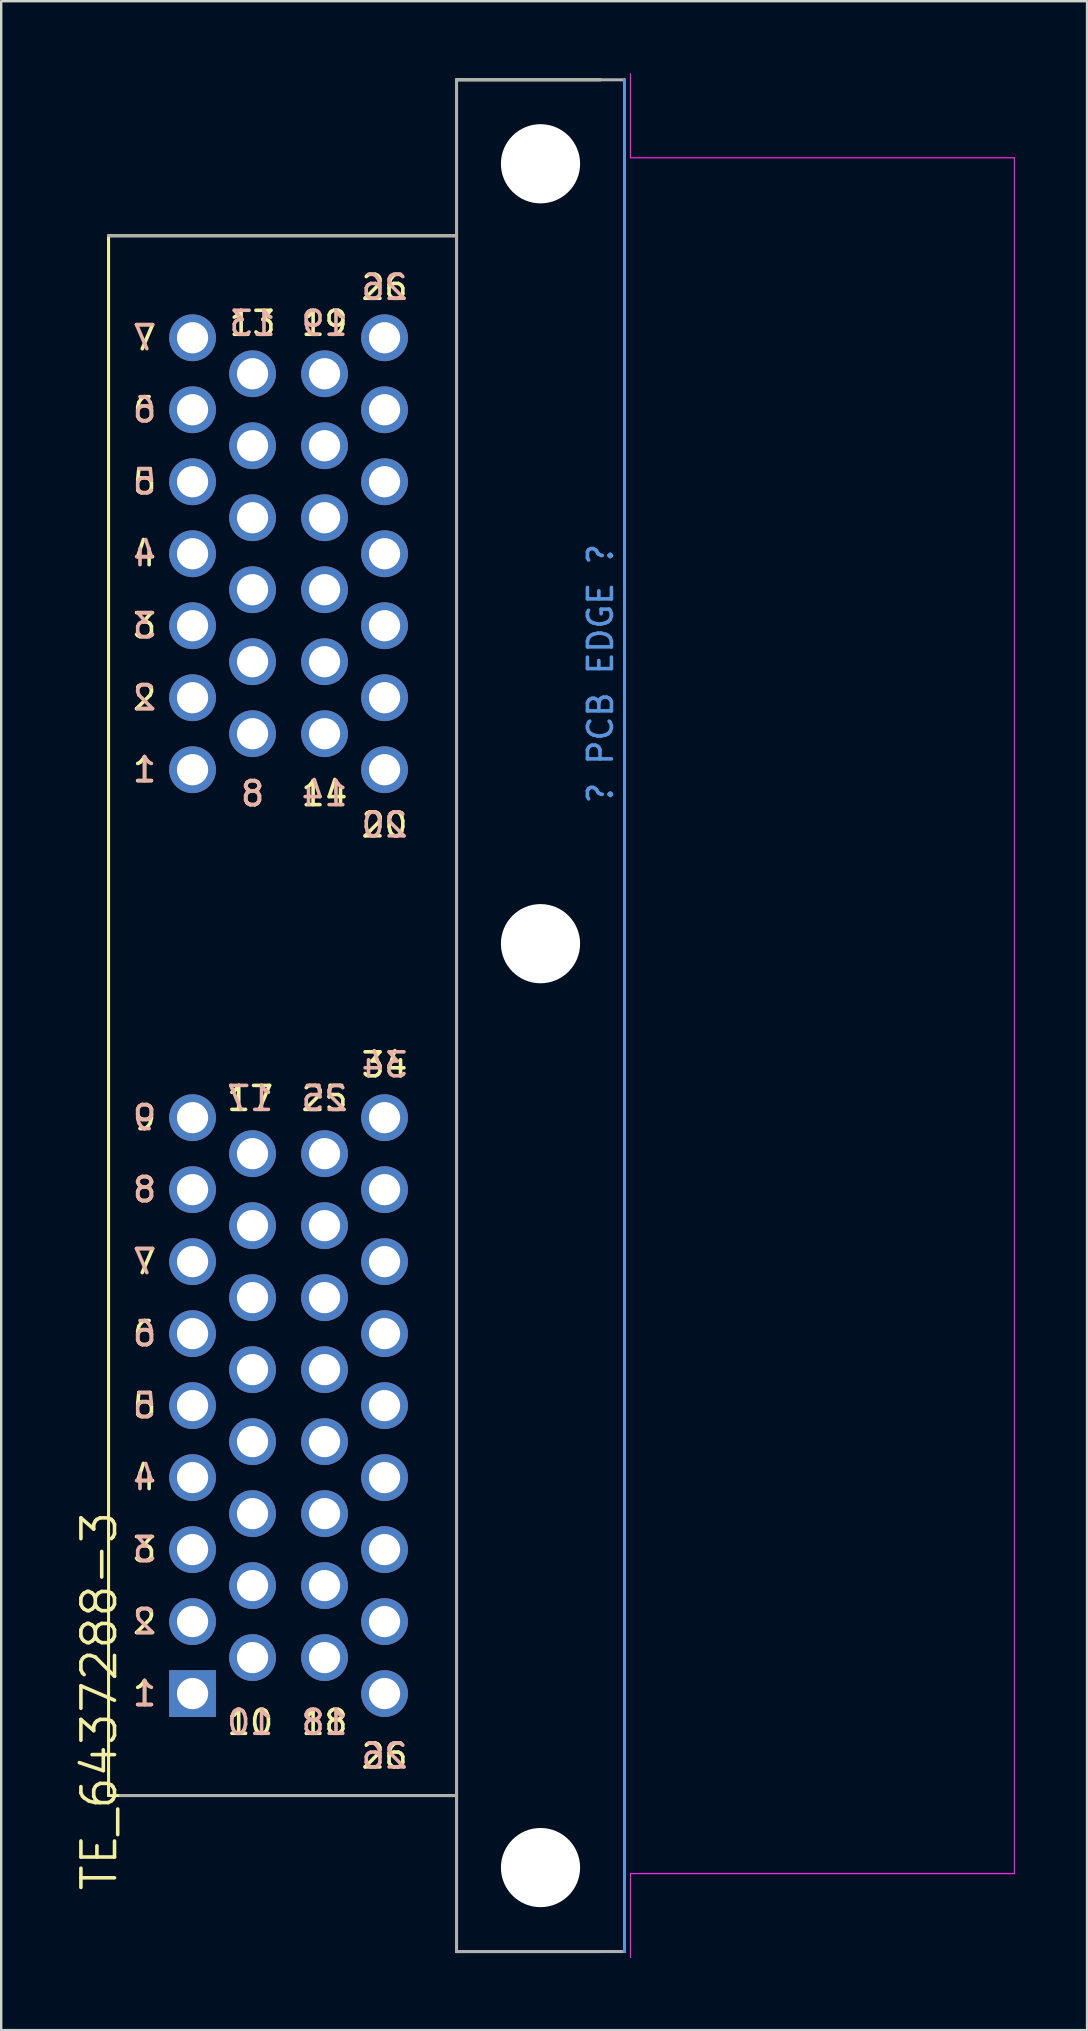
<source format=kicad_pcb>
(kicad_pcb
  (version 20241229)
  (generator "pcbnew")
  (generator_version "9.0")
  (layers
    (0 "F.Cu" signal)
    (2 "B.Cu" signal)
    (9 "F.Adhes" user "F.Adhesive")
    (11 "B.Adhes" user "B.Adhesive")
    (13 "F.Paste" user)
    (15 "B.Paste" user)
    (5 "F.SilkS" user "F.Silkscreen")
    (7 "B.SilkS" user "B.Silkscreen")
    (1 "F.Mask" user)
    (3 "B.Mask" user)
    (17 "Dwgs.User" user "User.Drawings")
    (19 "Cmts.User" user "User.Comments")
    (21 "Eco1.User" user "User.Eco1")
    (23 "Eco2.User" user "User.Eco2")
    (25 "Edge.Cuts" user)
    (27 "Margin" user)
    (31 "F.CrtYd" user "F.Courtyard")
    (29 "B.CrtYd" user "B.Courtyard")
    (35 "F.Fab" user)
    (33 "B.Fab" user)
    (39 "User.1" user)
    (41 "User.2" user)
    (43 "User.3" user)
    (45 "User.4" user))
  (footprint "TE_6437288-3"
    (layer "F.Cu")
    (at 4.974 67.525)
    (property "Reference" "TE_6437288-3" (at -3.892 0.31 90) (layer "F.SilkS") (effects (font (size 1.4 1.4) (thickness 0.15))))
    (attr through_hole)
    (fp_line (start -3.5 4.25) (end -3.5 -60.75) (stroke (width 0.127) (type solid)) (layer "F.SilkS"))
    (fp_line (start -3.5 4.25) (end 11 4.25) (stroke (width 0.127) (type solid)) (layer "F.SilkS"))
    (fp_line (start 11 -67.25) (end 17 -67.25) (stroke (width 0.127) (type solid)) (layer "F.SilkS"))
    (fp_line (start 11 -60.75) (end -3.5 -60.75) (stroke (width 0.127) (type solid)) (layer "F.SilkS"))
    (fp_line (start 11 -60.75) (end 11 -67.25) (stroke (width 0.127) (type solid)) (layer "F.SilkS"))
    (fp_line (start 11 4.25) (end 11 -60.75) (stroke (width 0.127) (type solid)) (layer "F.SilkS"))
    (fp_line (start 11 10.75) (end 11 4.25) (stroke (width 0.127) (type solid)) (layer "F.SilkS"))
    (fp_line (start 17 10.75) (end 11 10.75) (stroke (width 0.127) (type solid)) (layer "F.SilkS"))
    (fp_line (start 18 -67.25) (end 18 10.75) (stroke (width 0.12) (type solid)) (layer "Cmts.User"))
    (fp_line (start 18.25 -64) (end 18.25 -67.5) (stroke (width 0.05) (type solid)) (layer "F.CrtYd"))
    (fp_line (start 18.25 7.5) (end 34.25 7.5) (stroke (width 0.05) (type solid)) (layer "F.CrtYd"))
    (fp_line (start 18.25 11) (end 18.25 7.5) (stroke (width 0.05) (type solid)) (layer "F.CrtYd"))
    (fp_line (start 34.25 -64) (end 18.25 -64) (stroke (width 0.05) (type solid)) (layer "F.CrtYd"))
    (fp_line (start 34.25 7.5) (end 34.25 -64) (stroke (width 0.05) (type solid)) (layer "F.CrtYd"))
    (fp_line (start -3 4.25) (end 11 4.25) (stroke (width 0.127) (type solid)) (layer "F.Fab"))
    (fp_line (start 11 -67.25) (end 18 -67.25) (stroke (width 0.127) (type solid)) (layer "F.Fab"))
    (fp_line (start 11 -60.75) (end -3.5 -60.75) (stroke (width 0.127) (type solid)) (layer "F.Fab"))
    (fp_line (start 11 -60.75) (end 11 -67.25) (stroke (width 0.127) (type solid)) (layer "F.Fab"))
    (fp_line (start 11 4.25) (end 11 -60.75) (stroke (width 0.127) (type solid)) (layer "F.Fab"))
    (fp_line (start 11 10.75) (end 11 4.25) (stroke (width 0.127) (type solid)) (layer "F.Fab"))
    (fp_line (start 18 -67.25) (end 18 10.75) (stroke (width 0.12) (type solid)) (layer "F.Fab"))
    (fp_line (start 18 10.75) (end 11 10.75) (stroke (width 0.127) (type solid)) (layer "F.Fab"))
    (fp_text user "2" (at -2 -41.5 0) (layer "F.SilkS") (effects (font (size 1 1) (thickness 0.15))))
    (fp_text user "14" (at 5.5 -37.5 0) (layer "F.SilkS") (effects (font (size 1 1) (thickness 0.15))))
    (fp_text user "5" (at -2 -50.5 0) (layer "F.SilkS") (effects (font (size 1 1) (thickness 0.15))))
    (fp_text user "5" (at -2 -12 0) (layer "F.SilkS") (effects (font (size 1 1) (thickness 0.15))))
    (fp_text user "17" (at 2.4 -24.8 0) (layer "F.SilkS") (effects (font (size 1 1) (thickness 0.15))))
    (fp_text user "4" (at -2 -47.5 0) (layer "F.SilkS") (effects (font (size 1 1) (thickness 0.15))))
    (fp_text user "10" (at 2.4 1.2 0) (layer "F.SilkS") (effects (font (size 1 1) (thickness 0.15))))
    (fp_text user "19" (at 5.5 -57.1 0) (layer "F.SilkS") (effects (font (size 1 1) (thickness 0.15))))
    (fp_text user "3" (at -2 -6 0) (layer "F.SilkS") (effects (font (size 1 1) (thickness 0.15))))
    (fp_text user "13" (at 2.5 -57.1 0) (layer "F.SilkS") (effects (font (size 1 1) (thickness 0.15))))
    (fp_text user "34" (at 8 -26.2 0) (layer "F.SilkS") (effects (font (size 1 1) (thickness 0.15))))
    (fp_text user "20" (at 8 -36.2 0) (layer "F.SilkS") (effects (font (size 1 1) (thickness 0.15))))
    (fp_text user "26" (at 8 2.6 0) (layer "F.SilkS") (effects (font (size 1 1) (thickness 0.15))))
    (fp_text user "1" (at -2 -38.5 0) (layer "F.SilkS") (effects (font (size 1 1) (thickness 0.15))))
    (fp_text user "4" (at -2 -9 0) (layer "F.SilkS") (effects (font (size 1 1) (thickness 0.15))))
    (fp_text user "26" (at 8 -58.6 0) (layer "F.SilkS") (effects (font (size 1 1) (thickness 0.15))))
    (fp_text user "25" (at 5.5 -24.8 0) (layer "F.SilkS") (effects (font (size 1 1) (thickness 0.15))))
    (fp_text user "6" (at -2 -15 0) (layer "F.SilkS") (effects (font (size 1 1) (thickness 0.15))))
    (fp_text user "9" (at -2 -24 0) (layer "F.SilkS") (effects (font (size 1 1) (thickness 0.15))))
    (fp_text user "7" (at -2 -18 0) (layer "F.SilkS") (effects (font (size 1 1) (thickness 0.15))))
    (fp_text user "1" (at -2 0 0) (layer "F.SilkS") (effects (font (size 1 1) (thickness 0.15))))
    (fp_text user "6" (at -2 -53.5 0) (layer "F.SilkS") (effects (font (size 1 1) (thickness 0.15))))
    (fp_text user "7" (at -2 -56.5 0) (layer "F.SilkS") (effects (font (size 1 1) (thickness 0.15))))
    (fp_text user "8" (at -2 -21 0) (layer "F.SilkS") (effects (font (size 1 1) (thickness 0.15))))
    (fp_text user "2" (at -2 -3 0) (layer "F.SilkS") (effects (font (size 1 1) (thickness 0.15))))
    (fp_text user "3" (at -2 -44.5 0) (layer "F.SilkS") (effects (font (size 1 1) (thickness 0.15))))
    (fp_text user "18" (at 5.5 1.2 0) (layer "F.SilkS") (effects (font (size 1 1) (thickness 0.15))))
    (fp_text user "8" (at 2.5 -37.5 0) (layer "F.SilkS") (effects (font (size 1 1) (thickness 0.15))))
    (fp_text user "8" (at 2.5 -37.5 0) (layer "B.SilkS") (effects (font (size 1 1) (thickness 0.15)) (justify mirror)))
    (fp_text user "14" (at 5.5 -37.5 0) (layer "B.SilkS") (effects (font (size 1 1) (thickness 0.15)) (justify mirror)))
    (fp_text user "17" (at 2.4 -24.8 0) (layer "B.SilkS") (effects (font (size 1 1) (thickness 0.15)) (justify mirror)))
    (fp_text user "6" (at -2 -15 180) (layer "B.SilkS") (effects (font (size 1 1) (thickness 0.15)) (justify mirror)))
    (fp_text user "5" (at -2 -12 180) (layer "B.SilkS") (effects (font (size 1 1) (thickness 0.15)) (justify mirror)))
    (fp_text user "4" (at -2 -47.5 180) (layer "B.SilkS") (effects (font (size 1 1) (thickness 0.15)) (justify mirror)))
    (fp_text user "20" (at 8 -36.2 0) (layer "B.SilkS") (effects (font (size 1 1) (thickness 0.15)) (justify mirror)))
    (fp_text user "2" (at -2 -41.5 180) (layer "B.SilkS") (effects (font (size 1 1) (thickness 0.15)) (justify mirror)))
    (fp_text user "1" (at -2 0 180) (layer "B.SilkS") (effects (font (size 1 1) (thickness 0.15)) (justify mirror)))
    (fp_text user "8" (at -2 -21 180) (layer "B.SilkS") (effects (font (size 1 1) (thickness 0.15)) (justify mirror)))
    (fp_text user "9" (at -2 -24 180) (layer "B.SilkS") (effects (font (size 1 1) (thickness 0.15)) (justify mirror)))
    (fp_text user "1" (at -2 -38.5 180) (layer "B.SilkS") (effects (font (size 1 1) (thickness 0.15)) (justify mirror)))
    (fp_text user "13" (at 2.5 -57.1 0) (layer "B.SilkS") (effects (font (size 1 1) (thickness 0.15)) (justify mirror)))
    (fp_text user "2" (at -2 -3 180) (layer "B.SilkS") (effects (font (size 1 1) (thickness 0.15)) (justify mirror)))
    (fp_text user "19" (at 5.5 -57.1 0) (layer "B.SilkS") (effects (font (size 1 1) (thickness 0.15)) (justify mirror)))
    (fp_text user "26" (at 8 2.6 0) (layer "B.SilkS") (effects (font (size 1 1) (thickness 0.15)) (justify mirror)))
    (fp_text user "6" (at -2 -53.5 180) (layer "B.SilkS") (effects (font (size 1 1) (thickness 0.15)) (justify mirror)))
    (fp_text user "4" (at -2 -9 180) (layer "B.SilkS") (effects (font (size 1 1) (thickness 0.15)) (justify mirror)))
    (fp_text user "5" (at -2 -50.5 180) (layer "B.SilkS") (effects (font (size 1 1) (thickness 0.15)) (justify mirror)))
    (fp_text user "7" (at -2 -56.5 180) (layer "B.SilkS") (effects (font (size 1 1) (thickness 0.15)) (justify mirror)))
    (fp_text user "7" (at -2 -18 180) (layer "B.SilkS") (effects (font (size 1 1) (thickness 0.15)) (justify mirror)))
    (fp_text user "34" (at 8 -26.2 0) (layer "B.SilkS") (effects (font (size 1 1) (thickness 0.15)) (justify mirror)))
    (fp_text user "3" (at -2 -6 180) (layer "B.SilkS") (effects (font (size 1 1) (thickness 0.15)) (justify mirror)))
    (fp_text user "3" (at -2 -44.5 180) (layer "B.SilkS") (effects (font (size 1 1) (thickness 0.15)) (justify mirror)))
    (fp_text user "18" (at 5.5 1.2 0) (layer "B.SilkS") (effects (font (size 1 1) (thickness 0.15)) (justify mirror)))
    (fp_text user "10" (at 2.4 1.2 0) (layer "B.SilkS") (effects (font (size 1 1) (thickness 0.15)) (justify mirror)))
    (fp_text user "25" (at 5.5 -24.8 0) (layer "B.SilkS") (effects (font (size 1 1) (thickness 0.15)) (justify mirror)))
    (fp_text user "26" (at 8 -58.6 0) (layer "B.SilkS") (effects (font (size 1 1) (thickness 0.15)) (justify mirror)))
    (fp_text user "? PCB EDGE ?" (at 17 -42.5 90) (layer "Cmts.User") (effects (font (size 1 1) (thickness 0.15))))
    (pad "" np_thru_hole circle (at 14.5 -63.75 90) (size 3.3 3.3) (drill 3.3) (layers "*.Cu" "*.Mask"))
    (pad "" np_thru_hole circle (at 14.5 -31.25 90) (size 3.3 3.3) (drill 3.3) (layers "*.Cu" "*.Mask"))
    (pad "" np_thru_hole circle (at 14.5 7.25 90) (size 3.3 3.3) (drill 3.3) (layers "*.Cu" "*.Mask"))
    (pad "1" thru_hole rect (at 0 0 90) (size 1.95 1.95) (drill 1.3) (layers "*.Cu" "*.Mask"))
    (pad "2" thru_hole circle (at 0 -3 90) (size 1.95 1.95) (drill 1.3) (layers "*.Cu" "*.Mask"))
    (pad "3" thru_hole circle (at 0 -6 90) (size 1.95 1.95) (drill 1.3) (layers "*.Cu" "*.Mask"))
    (pad "4" thru_hole circle (at 0 -9 90) (size 1.95 1.95) (drill 1.3) (layers "*.Cu" "*.Mask"))
    (pad "5" thru_hole circle (at 0 -12 90) (size 1.95 1.95) (drill 1.3) (layers "*.Cu" "*.Mask"))
    (pad "6" thru_hole circle (at 0 -15 90) (size 1.95 1.95) (drill 1.3) (layers "*.Cu" "*.Mask"))
    (pad "7" thru_hole circle (at 0 -18 90) (size 1.95 1.95) (drill 1.3) (layers "*.Cu" "*.Mask"))
    (pad "8" thru_hole circle (at 0 -21 90) (size 1.95 1.95) (drill 1.3) (layers "*.Cu" "*.Mask"))
    (pad "9" thru_hole circle (at 0 -24 90) (size 1.95 1.95) (drill 1.3) (layers "*.Cu" "*.Mask"))
    (pad "10" thru_hole circle (at 2.5 -1.5 90) (size 1.95 1.95) (drill 1.3) (layers "*.Cu" "*.Mask"))
    (pad "11" thru_hole circle (at 2.5 -4.5 90) (size 1.95 1.95) (drill 1.3) (layers "*.Cu" "*.Mask"))
    (pad "12" thru_hole circle (at 2.5 -7.5 90) (size 1.95 1.95) (drill 1.3) (layers "*.Cu" "*.Mask"))
    (pad "13" thru_hole circle (at 2.5 -10.5 90) (size 1.95 1.95) (drill 1.3) (layers "*.Cu" "*.Mask"))
    (pad "14" thru_hole circle (at 2.5 -13.5 90) (size 1.95 1.95) (drill 1.3) (layers "*.Cu" "*.Mask"))
    (pad "15" thru_hole circle (at 2.5 -16.5 90) (size 1.95 1.95) (drill 1.3) (layers "*.Cu" "*.Mask"))
    (pad "16" thru_hole circle (at 2.5 -19.5 90) (size 1.95 1.95) (drill 1.3) (layers "*.Cu" "*.Mask"))
    (pad "17" thru_hole circle (at 2.5 -22.5 90) (size 1.95 1.95) (drill 1.3) (layers "*.Cu" "*.Mask"))
    (pad "18" thru_hole circle (at 5.5 -1.5 90) (size 1.95 1.95) (drill 1.3) (layers "*.Cu" "*.Mask"))
    (pad "19" thru_hole circle (at 5.5 -4.5 90) (size 1.95 1.95) (drill 1.3) (layers "*.Cu" "*.Mask"))
    (pad "20" thru_hole circle (at 5.5 -7.5 90) (size 1.95 1.95) (drill 1.3) (layers "*.Cu" "*.Mask"))
    (pad "21" thru_hole circle (at 5.5 -10.5 90) (size 1.95 1.95) (drill 1.3) (layers "*.Cu" "*.Mask"))
    (pad "22" thru_hole circle (at 5.5 -13.5 90) (size 1.95 1.95) (drill 1.3) (layers "*.Cu" "*.Mask"))
    (pad "23" thru_hole circle (at 5.5 -16.5 90) (size 1.95 1.95) (drill 1.3) (layers "*.Cu" "*.Mask"))
    (pad "24" thru_hole circle (at 5.5 -19.5 90) (size 1.95 1.95) (drill 1.3) (layers "*.Cu" "*.Mask"))
    (pad "25" thru_hole circle (at 5.5 -22.5 90) (size 1.95 1.95) (drill 1.3) (layers "*.Cu" "*.Mask"))
    (pad "26" thru_hole circle (at 8 0 90) (size 1.95 1.95) (drill 1.3) (layers "*.Cu" "*.Mask"))
    (pad "27" thru_hole circle (at 8 -3 90) (size 1.95 1.95) (drill 1.3) (layers "*.Cu" "*.Mask"))
    (pad "28" thru_hole circle (at 8 -6 90) (size 1.95 1.95) (drill 1.3) (layers "*.Cu" "*.Mask"))
    (pad "29" thru_hole circle (at 8 -9 90) (size 1.95 1.95) (drill 1.3) (layers "*.Cu" "*.Mask"))
    (pad "30" thru_hole circle (at 8 -12 90) (size 1.95 1.95) (drill 1.3) (layers "*.Cu" "*.Mask"))
    (pad "31" thru_hole circle (at 8 -15 90) (size 1.95 1.95) (drill 1.3) (layers "*.Cu" "*.Mask"))
    (pad "32" thru_hole circle (at 8 -18 90) (size 1.95 1.95) (drill 1.3) (layers "*.Cu" "*.Mask"))
    (pad "33" thru_hole circle (at 8 -21 90) (size 1.95 1.95) (drill 1.3) (layers "*.Cu" "*.Mask"))
    (pad "34" thru_hole circle (at 8 -24 90) (size 1.95 1.95) (drill 1.3) (layers "*.Cu" "*.Mask"))
    (pad "35" thru_hole circle (at 0 -38.5 90) (size 1.95 1.95) (drill 1.3) (layers "*.Cu" "*.Mask"))
    (pad "36" thru_hole circle (at 0 -41.5 90) (size 1.95 1.95) (drill 1.3) (layers "*.Cu" "*.Mask"))
    (pad "37" thru_hole circle (at 0 -44.5 90) (size 1.95 1.95) (drill 1.3) (layers "*.Cu" "*.Mask"))
    (pad "38" thru_hole circle (at 0 -47.5 90) (size 1.95 1.95) (drill 1.3) (layers "*.Cu" "*.Mask"))
    (pad "39" thru_hole circle (at 0 -50.5 90) (size 1.95 1.95) (drill 1.3) (layers "*.Cu" "*.Mask"))
    (pad "40" thru_hole circle (at 0 -53.5 90) (size 1.95 1.95) (drill 1.3) (layers "*.Cu" "*.Mask"))
    (pad "41" thru_hole circle (at 0 -56.5 90) (size 1.95 1.95) (drill 1.3) (layers "*.Cu" "*.Mask"))
    (pad "42" thru_hole circle (at 2.5 -40 90) (size 1.95 1.95) (drill 1.3) (layers "*.Cu" "*.Mask"))
    (pad "43" thru_hole circle (at 2.5 -43 90) (size 1.95 1.95) (drill 1.3) (layers "*.Cu" "*.Mask"))
    (pad "44" thru_hole circle (at 2.5 -46 90) (size 1.95 1.95) (drill 1.3) (layers "*.Cu" "*.Mask"))
    (pad "45" thru_hole circle (at 2.5 -49 90) (size 1.95 1.95) (drill 1.3) (layers "*.Cu" "*.Mask"))
    (pad "46" thru_hole circle (at 2.5 -52 90) (size 1.95 1.95) (drill 1.3) (layers "*.Cu" "*.Mask"))
    (pad "47" thru_hole circle (at 2.5 -55 90) (size 1.95 1.95) (drill 1.3) (layers "*.Cu" "*.Mask"))
    (pad "48" thru_hole circle (at 5.5 -40 90) (size 1.95 1.95) (drill 1.3) (layers "*.Cu" "*.Mask"))
    (pad "49" thru_hole circle (at 5.5 -43 90) (size 1.95 1.95) (drill 1.3) (layers "*.Cu" "*.Mask"))
    (pad "50" thru_hole circle (at 5.5 -46 90) (size 1.95 1.95) (drill 1.3) (layers "*.Cu" "*.Mask"))
    (pad "51" thru_hole circle (at 5.5 -49 90) (size 1.95 1.95) (drill 1.3) (layers "*.Cu" "*.Mask"))
    (pad "52" thru_hole circle (at 5.5 -52 90) (size 1.95 1.95) (drill 1.3) (layers "*.Cu" "*.Mask"))
    (pad "53" thru_hole circle (at 5.5 -55 90) (size 1.95 1.95) (drill 1.3) (layers "*.Cu" "*.Mask"))
    (pad "54" thru_hole circle (at 8 -38.5 90) (size 1.95 1.95) (drill 1.3) (layers "*.Cu" "*.Mask"))
    (pad "55" thru_hole circle (at 8 -41.5 90) (size 1.95 1.95) (drill 1.3) (layers "*.Cu" "*.Mask"))
    (pad "56" thru_hole circle (at 8 -44.5 90) (size 1.95 1.95) (drill 1.3) (layers "*.Cu" "*.Mask"))
    (pad "57" thru_hole circle (at 8 -47.5 90) (size 1.95 1.95) (drill 1.3) (layers "*.Cu" "*.Mask"))
    (pad "58" thru_hole circle (at 8 -50.5 90) (size 1.95 1.95) (drill 1.3) (layers "*.Cu" "*.Mask"))
    (pad "59" thru_hole circle (at 8 -53.5 90) (size 1.95 1.95) (drill 1.3) (layers "*.Cu" "*.Mask"))
    (pad "60" thru_hole circle (at 8 -56.5 90) (size 1.95 1.95) (drill 1.3) (layers "*.Cu" "*.Mask")))
  (gr_rect
    (start -3 -3)
    (end 42.249 81.55)
    (stroke (width 0.1) (type default))
    (fill no)
    (layer "Edge.Cuts")))
</source>
